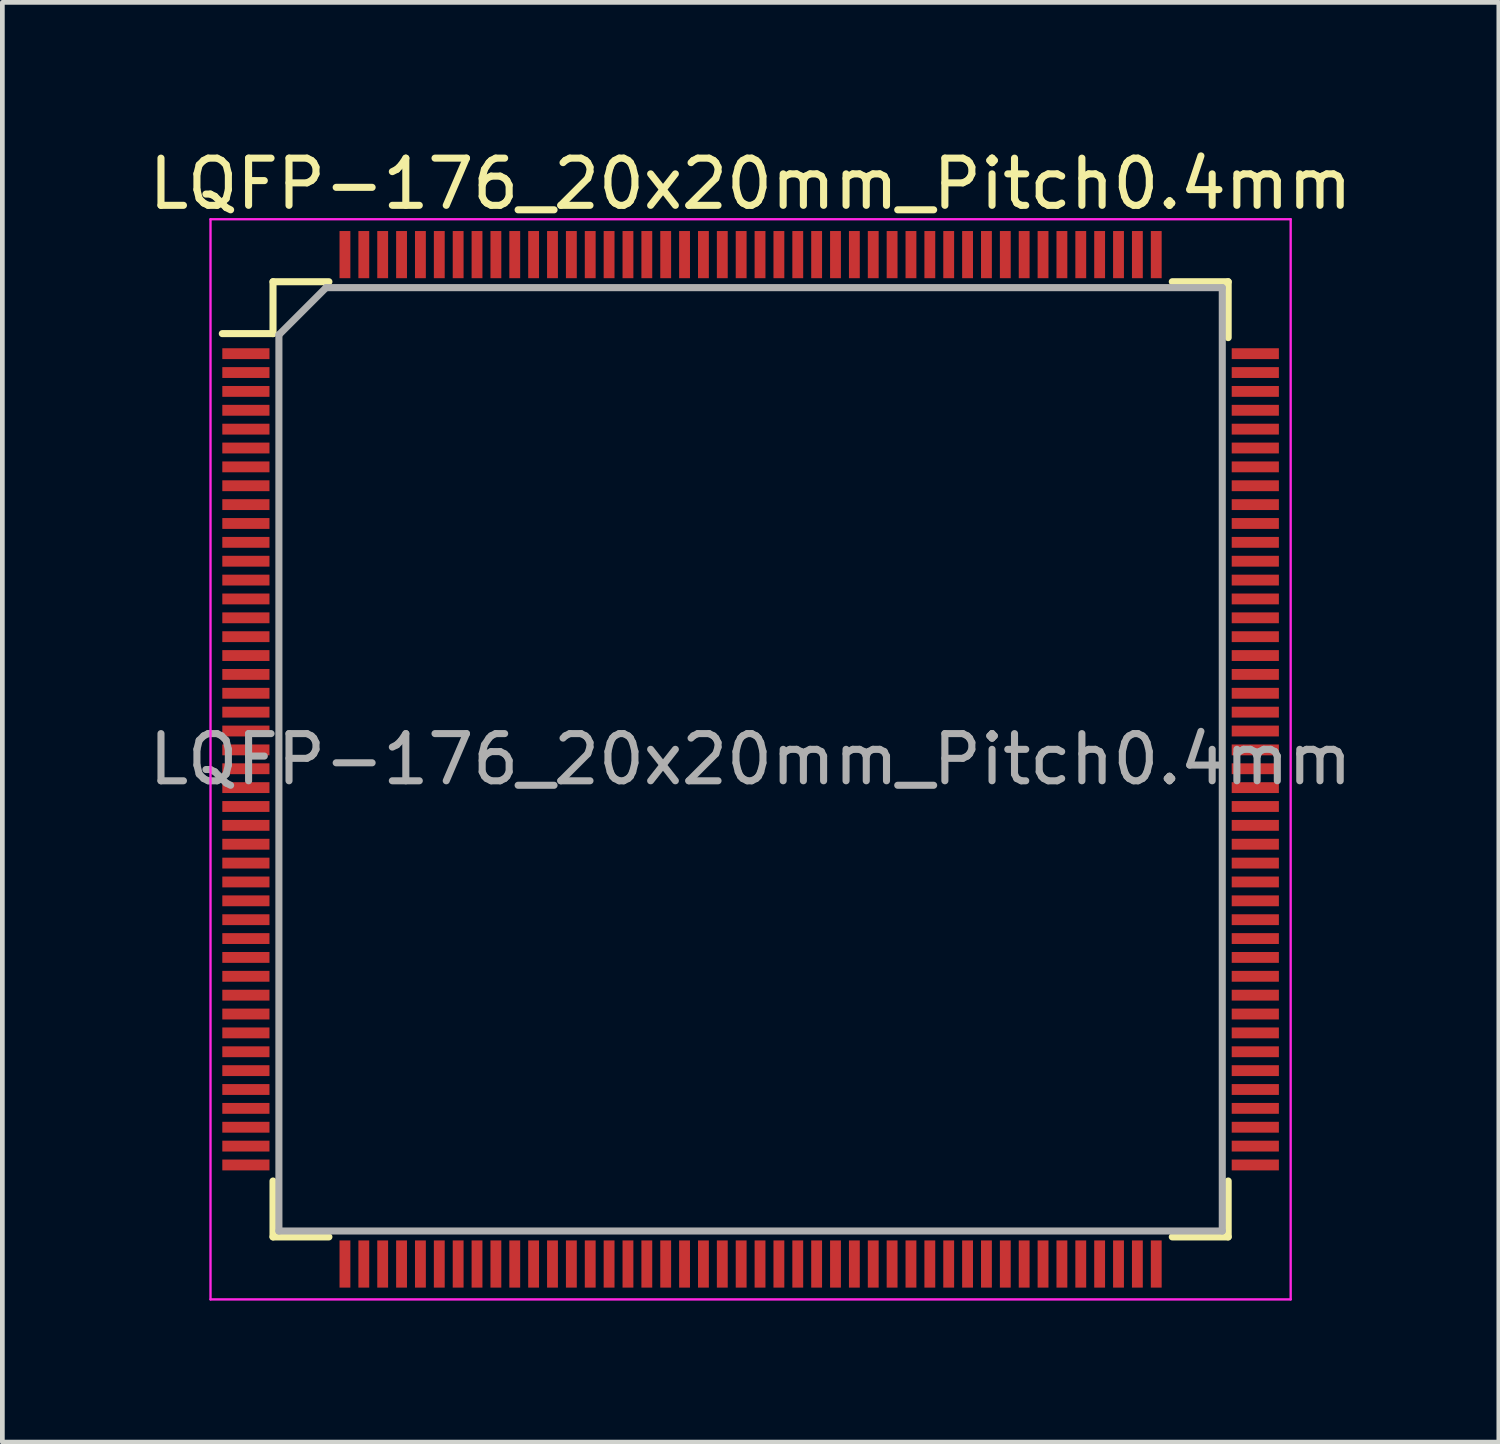
<source format=kicad_pcb>
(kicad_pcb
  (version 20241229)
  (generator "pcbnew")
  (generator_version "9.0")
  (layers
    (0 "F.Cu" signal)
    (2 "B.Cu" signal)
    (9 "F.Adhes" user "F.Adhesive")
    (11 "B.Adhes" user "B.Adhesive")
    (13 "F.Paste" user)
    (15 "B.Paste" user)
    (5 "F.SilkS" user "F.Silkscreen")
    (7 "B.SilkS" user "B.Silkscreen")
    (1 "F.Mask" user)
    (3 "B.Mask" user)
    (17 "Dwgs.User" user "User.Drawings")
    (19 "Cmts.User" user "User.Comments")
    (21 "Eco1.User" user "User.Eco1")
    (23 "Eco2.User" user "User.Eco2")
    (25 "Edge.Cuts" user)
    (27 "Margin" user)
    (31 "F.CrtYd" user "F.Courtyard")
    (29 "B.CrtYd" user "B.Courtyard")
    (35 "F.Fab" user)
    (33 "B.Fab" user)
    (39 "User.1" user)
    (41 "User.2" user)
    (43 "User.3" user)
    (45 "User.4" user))
  (footprint "LQFP-176_20x20mm_Pitch0.4mm"
    (layer "F.Cu")
    (at 12.863 13.048)
    (property "Reference" "LQFP-176_20x20mm_Pitch0.4mm" (at 0 -12.2 0) (layer "F.SilkS") (effects (font (size 1 1) (thickness 0.15))))
    (attr smd)
    (fp_line (start -10.125 -10.125) (end -10.125 -9.025) (stroke (width 0.15) (type solid)) (layer "F.SilkS"))
    (fp_line (start -10.125 -10.125) (end -8.94 -10.125) (stroke (width 0.15) (type solid)) (layer "F.SilkS"))
    (fp_line (start -10.125 -9.025) (end -11.2 -9.025) (stroke (width 0.15) (type solid)) (layer "F.SilkS"))
    (fp_line (start -10.125 10.125) (end -10.125 8.94) (stroke (width 0.15) (type solid)) (layer "F.SilkS"))
    (fp_line (start -10.125 10.125) (end -8.94 10.125) (stroke (width 0.15) (type solid)) (layer "F.SilkS"))
    (fp_line (start 10.125 -10.125) (end 8.94 -10.125) (stroke (width 0.15) (type solid)) (layer "F.SilkS"))
    (fp_line (start 10.125 -10.125) (end 10.125 -8.94) (stroke (width 0.15) (type solid)) (layer "F.SilkS"))
    (fp_line (start 10.125 10.125) (end 8.94 10.125) (stroke (width 0.15) (type solid)) (layer "F.SilkS"))
    (fp_line (start 10.125 10.125) (end 10.125 8.94) (stroke (width 0.15) (type solid)) (layer "F.SilkS"))
    (fp_line (start -11.45 -11.45) (end -11.45 11.45) (stroke (width 0.05) (type solid)) (layer "F.CrtYd"))
    (fp_line (start -11.45 -11.45) (end 11.45 -11.45) (stroke (width 0.05) (type solid)) (layer "F.CrtYd"))
    (fp_line (start -11.45 11.45) (end 11.45 11.45) (stroke (width 0.05) (type solid)) (layer "F.CrtYd"))
    (fp_line (start 11.45 -11.45) (end 11.45 11.45) (stroke (width 0.05) (type solid)) (layer "F.CrtYd"))
    (fp_line (start -10 -9) (end -9 -10) (stroke (width 0.15) (type solid)) (layer "F.Fab"))
    (fp_line (start -10 10) (end -10 -9) (stroke (width 0.15) (type solid)) (layer "F.Fab"))
    (fp_line (start -9 -10) (end 10 -10) (stroke (width 0.15) (type solid)) (layer "F.Fab"))
    (fp_line (start 10 -10) (end 10 10) (stroke (width 0.15) (type solid)) (layer "F.Fab"))
    (fp_line (start 10 10) (end -10 10) (stroke (width 0.15) (type solid)) (layer "F.Fab"))
    (fp_text user "${REFERENCE}" (at 0 0 0) (layer "F.Fab") (effects (font (size 1 1) (thickness 0.15))))
    (pad "1" smd rect (at -10.7 -8.6) (size 1 0.23) (layers "F.Cu" "F.Mask" "F.Paste"))
    (pad "2" smd rect (at -10.7 -8.2) (size 1 0.23) (layers "F.Cu" "F.Mask" "F.Paste"))
    (pad "3" smd rect (at -10.7 -7.8) (size 1 0.23) (layers "F.Cu" "F.Mask" "F.Paste"))
    (pad "4" smd rect (at -10.7 -7.4) (size 1 0.23) (layers "F.Cu" "F.Mask" "F.Paste"))
    (pad "5" smd rect (at -10.7 -7) (size 1 0.23) (layers "F.Cu" "F.Mask" "F.Paste"))
    (pad "6" smd rect (at -10.7 -6.6) (size 1 0.23) (layers "F.Cu" "F.Mask" "F.Paste"))
    (pad "7" smd rect (at -10.7 -6.2) (size 1 0.23) (layers "F.Cu" "F.Mask" "F.Paste"))
    (pad "8" smd rect (at -10.7 -5.8) (size 1 0.23) (layers "F.Cu" "F.Mask" "F.Paste"))
    (pad "9" smd rect (at -10.7 -5.4) (size 1 0.23) (layers "F.Cu" "F.Mask" "F.Paste"))
    (pad "10" smd rect (at -10.7 -5) (size 1 0.23) (layers "F.Cu" "F.Mask" "F.Paste"))
    (pad "11" smd rect (at -10.7 -4.6) (size 1 0.23) (layers "F.Cu" "F.Mask" "F.Paste"))
    (pad "12" smd rect (at -10.7 -4.2) (size 1 0.23) (layers "F.Cu" "F.Mask" "F.Paste"))
    (pad "13" smd rect (at -10.7 -3.8) (size 1 0.23) (layers "F.Cu" "F.Mask" "F.Paste"))
    (pad "14" smd rect (at -10.7 -3.4) (size 1 0.23) (layers "F.Cu" "F.Mask" "F.Paste"))
    (pad "15" smd rect (at -10.7 -3) (size 1 0.23) (layers "F.Cu" "F.Mask" "F.Paste"))
    (pad "16" smd rect (at -10.7 -2.6) (size 1 0.23) (layers "F.Cu" "F.Mask" "F.Paste"))
    (pad "17" smd rect (at -10.7 -2.2) (size 1 0.23) (layers "F.Cu" "F.Mask" "F.Paste"))
    (pad "18" smd rect (at -10.7 -1.8) (size 1 0.23) (layers "F.Cu" "F.Mask" "F.Paste"))
    (pad "19" smd rect (at -10.7 -1.4) (size 1 0.23) (layers "F.Cu" "F.Mask" "F.Paste"))
    (pad "20" smd rect (at -10.7 -1) (size 1 0.23) (layers "F.Cu" "F.Mask" "F.Paste"))
    (pad "21" smd rect (at -10.7 -0.6) (size 1 0.23) (layers "F.Cu" "F.Mask" "F.Paste"))
    (pad "22" smd rect (at -10.7 -0.2) (size 1 0.23) (layers "F.Cu" "F.Mask" "F.Paste"))
    (pad "23" smd rect (at -10.7 0.2) (size 1 0.23) (layers "F.Cu" "F.Mask" "F.Paste"))
    (pad "24" smd rect (at -10.7 0.6) (size 1 0.23) (layers "F.Cu" "F.Mask" "F.Paste"))
    (pad "25" smd rect (at -10.7 1) (size 1 0.23) (layers "F.Cu" "F.Mask" "F.Paste"))
    (pad "26" smd rect (at -10.7 1.4) (size 1 0.23) (layers "F.Cu" "F.Mask" "F.Paste"))
    (pad "27" smd rect (at -10.7 1.8) (size 1 0.23) (layers "F.Cu" "F.Mask" "F.Paste"))
    (pad "28" smd rect (at -10.7 2.2) (size 1 0.23) (layers "F.Cu" "F.Mask" "F.Paste"))
    (pad "29" smd rect (at -10.7 2.6) (size 1 0.23) (layers "F.Cu" "F.Mask" "F.Paste"))
    (pad "30" smd rect (at -10.7 3) (size 1 0.23) (layers "F.Cu" "F.Mask" "F.Paste"))
    (pad "31" smd rect (at -10.7 3.4) (size 1 0.23) (layers "F.Cu" "F.Mask" "F.Paste"))
    (pad "32" smd rect (at -10.7 3.8) (size 1 0.23) (layers "F.Cu" "F.Mask" "F.Paste"))
    (pad "33" smd rect (at -10.7 4.2) (size 1 0.23) (layers "F.Cu" "F.Mask" "F.Paste"))
    (pad "34" smd rect (at -10.7 4.6) (size 1 0.23) (layers "F.Cu" "F.Mask" "F.Paste"))
    (pad "35" smd rect (at -10.7 5) (size 1 0.23) (layers "F.Cu" "F.Mask" "F.Paste"))
    (pad "36" smd rect (at -10.7 5.4) (size 1 0.23) (layers "F.Cu" "F.Mask" "F.Paste"))
    (pad "37" smd rect (at -10.7 5.8) (size 1 0.23) (layers "F.Cu" "F.Mask" "F.Paste"))
    (pad "38" smd rect (at -10.7 6.2) (size 1 0.23) (layers "F.Cu" "F.Mask" "F.Paste"))
    (pad "39" smd rect (at -10.7 6.6) (size 1 0.23) (layers "F.Cu" "F.Mask" "F.Paste"))
    (pad "40" smd rect (at -10.7 7) (size 1 0.23) (layers "F.Cu" "F.Mask" "F.Paste"))
    (pad "41" smd rect (at -10.7 7.4) (size 1 0.23) (layers "F.Cu" "F.Mask" "F.Paste"))
    (pad "42" smd rect (at -10.7 7.8) (size 1 0.23) (layers "F.Cu" "F.Mask" "F.Paste"))
    (pad "43" smd rect (at -10.7 8.2) (size 1 0.23) (layers "F.Cu" "F.Mask" "F.Paste"))
    (pad "44" smd rect (at -10.7 8.6) (size 1 0.23) (layers "F.Cu" "F.Mask" "F.Paste"))
    (pad "45" smd rect (at -8.6 10.7 90) (size 1 0.23) (layers "F.Cu" "F.Mask" "F.Paste"))
    (pad "46" smd rect (at -8.2 10.7 90) (size 1 0.23) (layers "F.Cu" "F.Mask" "F.Paste"))
    (pad "47" smd rect (at -7.8 10.7 90) (size 1 0.23) (layers "F.Cu" "F.Mask" "F.Paste"))
    (pad "48" smd rect (at -7.4 10.7 90) (size 1 0.23) (layers "F.Cu" "F.Mask" "F.Paste"))
    (pad "49" smd rect (at -7 10.7 90) (size 1 0.23) (layers "F.Cu" "F.Mask" "F.Paste"))
    (pad "50" smd rect (at -6.6 10.7 90) (size 1 0.23) (layers "F.Cu" "F.Mask" "F.Paste"))
    (pad "51" smd rect (at -6.2 10.7 90) (size 1 0.23) (layers "F.Cu" "F.Mask" "F.Paste"))
    (pad "52" smd rect (at -5.8 10.7 90) (size 1 0.23) (layers "F.Cu" "F.Mask" "F.Paste"))
    (pad "53" smd rect (at -5.4 10.7 90) (size 1 0.23) (layers "F.Cu" "F.Mask" "F.Paste"))
    (pad "54" smd rect (at -5 10.7 90) (size 1 0.23) (layers "F.Cu" "F.Mask" "F.Paste"))
    (pad "55" smd rect (at -4.6 10.7 90) (size 1 0.23) (layers "F.Cu" "F.Mask" "F.Paste"))
    (pad "56" smd rect (at -4.2 10.7 90) (size 1 0.23) (layers "F.Cu" "F.Mask" "F.Paste"))
    (pad "57" smd rect (at -3.8 10.7 90) (size 1 0.23) (layers "F.Cu" "F.Mask" "F.Paste"))
    (pad "58" smd rect (at -3.4 10.7 90) (size 1 0.23) (layers "F.Cu" "F.Mask" "F.Paste"))
    (pad "59" smd rect (at -3 10.7 90) (size 1 0.23) (layers "F.Cu" "F.Mask" "F.Paste"))
    (pad "60" smd rect (at -2.6 10.7 90) (size 1 0.23) (layers "F.Cu" "F.Mask" "F.Paste"))
    (pad "61" smd rect (at -2.2 10.7 90) (size 1 0.23) (layers "F.Cu" "F.Mask" "F.Paste"))
    (pad "62" smd rect (at -1.8 10.7 90) (size 1 0.23) (layers "F.Cu" "F.Mask" "F.Paste"))
    (pad "63" smd rect (at -1.4 10.7 90) (size 1 0.23) (layers "F.Cu" "F.Mask" "F.Paste"))
    (pad "64" smd rect (at -1 10.7 90) (size 1 0.23) (layers "F.Cu" "F.Mask" "F.Paste"))
    (pad "65" smd rect (at -0.6 10.7 90) (size 1 0.23) (layers "F.Cu" "F.Mask" "F.Paste"))
    (pad "66" smd rect (at -0.2 10.7 90) (size 1 0.23) (layers "F.Cu" "F.Mask" "F.Paste"))
    (pad "67" smd rect (at 0.2 10.7 90) (size 1 0.23) (layers "F.Cu" "F.Mask" "F.Paste"))
    (pad "68" smd rect (at 0.6 10.7 90) (size 1 0.23) (layers "F.Cu" "F.Mask" "F.Paste"))
    (pad "69" smd rect (at 1 10.7 90) (size 1 0.23) (layers "F.Cu" "F.Mask" "F.Paste"))
    (pad "70" smd rect (at 1.4 10.7 90) (size 1 0.23) (layers "F.Cu" "F.Mask" "F.Paste"))
    (pad "71" smd rect (at 1.8 10.7 90) (size 1 0.23) (layers "F.Cu" "F.Mask" "F.Paste"))
    (pad "72" smd rect (at 2.2 10.7 90) (size 1 0.23) (layers "F.Cu" "F.Mask" "F.Paste"))
    (pad "73" smd rect (at 2.6 10.7 90) (size 1 0.23) (layers "F.Cu" "F.Mask" "F.Paste"))
    (pad "74" smd rect (at 3 10.7 90) (size 1 0.23) (layers "F.Cu" "F.Mask" "F.Paste"))
    (pad "75" smd rect (at 3.4 10.7 90) (size 1 0.23) (layers "F.Cu" "F.Mask" "F.Paste"))
    (pad "76" smd rect (at 3.8 10.7 90) (size 1 0.23) (layers "F.Cu" "F.Mask" "F.Paste"))
    (pad "77" smd rect (at 4.2 10.7 90) (size 1 0.23) (layers "F.Cu" "F.Mask" "F.Paste"))
    (pad "78" smd rect (at 4.6 10.7 90) (size 1 0.23) (layers "F.Cu" "F.Mask" "F.Paste"))
    (pad "79" smd rect (at 5 10.7 90) (size 1 0.23) (layers "F.Cu" "F.Mask" "F.Paste"))
    (pad "80" smd rect (at 5.4 10.7 90) (size 1 0.23) (layers "F.Cu" "F.Mask" "F.Paste"))
    (pad "81" smd rect (at 5.8 10.7 90) (size 1 0.23) (layers "F.Cu" "F.Mask" "F.Paste"))
    (pad "82" smd rect (at 6.2 10.7 90) (size 1 0.23) (layers "F.Cu" "F.Mask" "F.Paste"))
    (pad "83" smd rect (at 6.6 10.7 90) (size 1 0.23) (layers "F.Cu" "F.Mask" "F.Paste"))
    (pad "84" smd rect (at 7 10.7 90) (size 1 0.23) (layers "F.Cu" "F.Mask" "F.Paste"))
    (pad "85" smd rect (at 7.4 10.7 90) (size 1 0.23) (layers "F.Cu" "F.Mask" "F.Paste"))
    (pad "86" smd rect (at 7.8 10.7 90) (size 1 0.23) (layers "F.Cu" "F.Mask" "F.Paste"))
    (pad "87" smd rect (at 8.2 10.7 90) (size 1 0.23) (layers "F.Cu" "F.Mask" "F.Paste"))
    (pad "88" smd rect (at 8.6 10.7 90) (size 1 0.23) (layers "F.Cu" "F.Mask" "F.Paste"))
    (pad "89" smd rect (at 10.7 8.6) (size 1 0.23) (layers "F.Cu" "F.Mask" "F.Paste"))
    (pad "90" smd rect (at 10.7 8.2) (size 1 0.23) (layers "F.Cu" "F.Mask" "F.Paste"))
    (pad "91" smd rect (at 10.7 7.8) (size 1 0.23) (layers "F.Cu" "F.Mask" "F.Paste"))
    (pad "92" smd rect (at 10.7 7.4) (size 1 0.23) (layers "F.Cu" "F.Mask" "F.Paste"))
    (pad "93" smd rect (at 10.7 7) (size 1 0.23) (layers "F.Cu" "F.Mask" "F.Paste"))
    (pad "94" smd rect (at 10.7 6.6) (size 1 0.23) (layers "F.Cu" "F.Mask" "F.Paste"))
    (pad "95" smd rect (at 10.7 6.2) (size 1 0.23) (layers "F.Cu" "F.Mask" "F.Paste"))
    (pad "96" smd rect (at 10.7 5.8) (size 1 0.23) (layers "F.Cu" "F.Mask" "F.Paste"))
    (pad "97" smd rect (at 10.7 5.4) (size 1 0.23) (layers "F.Cu" "F.Mask" "F.Paste"))
    (pad "98" smd rect (at 10.7 5) (size 1 0.23) (layers "F.Cu" "F.Mask" "F.Paste"))
    (pad "99" smd rect (at 10.7 4.6) (size 1 0.23) (layers "F.Cu" "F.Mask" "F.Paste"))
    (pad "100" smd rect (at 10.7 4.2) (size 1 0.23) (layers "F.Cu" "F.Mask" "F.Paste"))
    (pad "101" smd rect (at 10.7 3.8) (size 1 0.23) (layers "F.Cu" "F.Mask" "F.Paste"))
    (pad "102" smd rect (at 10.7 3.4) (size 1 0.23) (layers "F.Cu" "F.Mask" "F.Paste"))
    (pad "103" smd rect (at 10.7 3) (size 1 0.23) (layers "F.Cu" "F.Mask" "F.Paste"))
    (pad "104" smd rect (at 10.7 2.6) (size 1 0.23) (layers "F.Cu" "F.Mask" "F.Paste"))
    (pad "105" smd rect (at 10.7 2.2) (size 1 0.23) (layers "F.Cu" "F.Mask" "F.Paste"))
    (pad "106" smd rect (at 10.7 1.8) (size 1 0.23) (layers "F.Cu" "F.Mask" "F.Paste"))
    (pad "107" smd rect (at 10.7 1.4) (size 1 0.23) (layers "F.Cu" "F.Mask" "F.Paste"))
    (pad "108" smd rect (at 10.7 1) (size 1 0.23) (layers "F.Cu" "F.Mask" "F.Paste"))
    (pad "109" smd rect (at 10.7 0.6) (size 1 0.23) (layers "F.Cu" "F.Mask" "F.Paste"))
    (pad "110" smd rect (at 10.7 0.2) (size 1 0.23) (layers "F.Cu" "F.Mask" "F.Paste"))
    (pad "111" smd rect (at 10.7 -0.2) (size 1 0.23) (layers "F.Cu" "F.Mask" "F.Paste"))
    (pad "112" smd rect (at 10.7 -0.6) (size 1 0.23) (layers "F.Cu" "F.Mask" "F.Paste"))
    (pad "113" smd rect (at 10.7 -1) (size 1 0.23) (layers "F.Cu" "F.Mask" "F.Paste"))
    (pad "114" smd rect (at 10.7 -1.4) (size 1 0.23) (layers "F.Cu" "F.Mask" "F.Paste"))
    (pad "115" smd rect (at 10.7 -1.8) (size 1 0.23) (layers "F.Cu" "F.Mask" "F.Paste"))
    (pad "116" smd rect (at 10.7 -2.2) (size 1 0.23) (layers "F.Cu" "F.Mask" "F.Paste"))
    (pad "117" smd rect (at 10.7 -2.6) (size 1 0.23) (layers "F.Cu" "F.Mask" "F.Paste"))
    (pad "118" smd rect (at 10.7 -3) (size 1 0.23) (layers "F.Cu" "F.Mask" "F.Paste"))
    (pad "119" smd rect (at 10.7 -3.4) (size 1 0.23) (layers "F.Cu" "F.Mask" "F.Paste"))
    (pad "120" smd rect (at 10.7 -3.8) (size 1 0.23) (layers "F.Cu" "F.Mask" "F.Paste"))
    (pad "121" smd rect (at 10.7 -4.2) (size 1 0.23) (layers "F.Cu" "F.Mask" "F.Paste"))
    (pad "122" smd rect (at 10.7 -4.6) (size 1 0.23) (layers "F.Cu" "F.Mask" "F.Paste"))
    (pad "123" smd rect (at 10.7 -5) (size 1 0.23) (layers "F.Cu" "F.Mask" "F.Paste"))
    (pad "124" smd rect (at 10.7 -5.4) (size 1 0.23) (layers "F.Cu" "F.Mask" "F.Paste"))
    (pad "125" smd rect (at 10.7 -5.8) (size 1 0.23) (layers "F.Cu" "F.Mask" "F.Paste"))
    (pad "126" smd rect (at 10.7 -6.2) (size 1 0.23) (layers "F.Cu" "F.Mask" "F.Paste"))
    (pad "127" smd rect (at 10.7 -6.6) (size 1 0.23) (layers "F.Cu" "F.Mask" "F.Paste"))
    (pad "128" smd rect (at 10.7 -7) (size 1 0.23) (layers "F.Cu" "F.Mask" "F.Paste"))
    (pad "129" smd rect (at 10.7 -7.4) (size 1 0.23) (layers "F.Cu" "F.Mask" "F.Paste"))
    (pad "130" smd rect (at 10.7 -7.8) (size 1 0.23) (layers "F.Cu" "F.Mask" "F.Paste"))
    (pad "131" smd rect (at 10.7 -8.2) (size 1 0.23) (layers "F.Cu" "F.Mask" "F.Paste"))
    (pad "132" smd rect (at 10.7 -8.6) (size 1 0.23) (layers "F.Cu" "F.Mask" "F.Paste"))
    (pad "133" smd rect (at 8.6 -10.7 90) (size 1 0.23) (layers "F.Cu" "F.Mask" "F.Paste"))
    (pad "134" smd rect (at 8.2 -10.7 90) (size 1 0.23) (layers "F.Cu" "F.Mask" "F.Paste"))
    (pad "135" smd rect (at 7.8 -10.7 90) (size 1 0.23) (layers "F.Cu" "F.Mask" "F.Paste"))
    (pad "136" smd rect (at 7.4 -10.7 90) (size 1 0.23) (layers "F.Cu" "F.Mask" "F.Paste"))
    (pad "137" smd rect (at 7 -10.7 90) (size 1 0.23) (layers "F.Cu" "F.Mask" "F.Paste"))
    (pad "138" smd rect (at 6.6 -10.7 90) (size 1 0.23) (layers "F.Cu" "F.Mask" "F.Paste"))
    (pad "139" smd rect (at 6.2 -10.7 90) (size 1 0.23) (layers "F.Cu" "F.Mask" "F.Paste"))
    (pad "140" smd rect (at 5.8 -10.7 90) (size 1 0.23) (layers "F.Cu" "F.Mask" "F.Paste"))
    (pad "141" smd rect (at 5.4 -10.7 90) (size 1 0.23) (layers "F.Cu" "F.Mask" "F.Paste"))
    (pad "142" smd rect (at 5 -10.7 90) (size 1 0.23) (layers "F.Cu" "F.Mask" "F.Paste"))
    (pad "143" smd rect (at 4.6 -10.7 90) (size 1 0.23) (layers "F.Cu" "F.Mask" "F.Paste"))
    (pad "144" smd rect (at 4.2 -10.7 90) (size 1 0.23) (layers "F.Cu" "F.Mask" "F.Paste"))
    (pad "145" smd rect (at 3.8 -10.7 90) (size 1 0.23) (layers "F.Cu" "F.Mask" "F.Paste"))
    (pad "146" smd rect (at 3.4 -10.7 90) (size 1 0.23) (layers "F.Cu" "F.Mask" "F.Paste"))
    (pad "147" smd rect (at 3 -10.7 90) (size 1 0.23) (layers "F.Cu" "F.Mask" "F.Paste"))
    (pad "148" smd rect (at 2.6 -10.7 90) (size 1 0.23) (layers "F.Cu" "F.Mask" "F.Paste"))
    (pad "149" smd rect (at 2.2 -10.7 90) (size 1 0.23) (layers "F.Cu" "F.Mask" "F.Paste"))
    (pad "150" smd rect (at 1.8 -10.7 90) (size 1 0.23) (layers "F.Cu" "F.Mask" "F.Paste"))
    (pad "151" smd rect (at 1.4 -10.7 90) (size 1 0.23) (layers "F.Cu" "F.Mask" "F.Paste"))
    (pad "152" smd rect (at 1 -10.7 90) (size 1 0.23) (layers "F.Cu" "F.Mask" "F.Paste"))
    (pad "153" smd rect (at 0.6 -10.7 90) (size 1 0.23) (layers "F.Cu" "F.Mask" "F.Paste"))
    (pad "154" smd rect (at 0.2 -10.7 90) (size 1 0.23) (layers "F.Cu" "F.Mask" "F.Paste"))
    (pad "155" smd rect (at -0.2 -10.7 90) (size 1 0.23) (layers "F.Cu" "F.Mask" "F.Paste"))
    (pad "156" smd rect (at -0.6 -10.7 90) (size 1 0.23) (layers "F.Cu" "F.Mask" "F.Paste"))
    (pad "157" smd rect (at -1 -10.7 90) (size 1 0.23) (layers "F.Cu" "F.Mask" "F.Paste"))
    (pad "158" smd rect (at -1.4 -10.7 90) (size 1 0.23) (layers "F.Cu" "F.Mask" "F.Paste"))
    (pad "159" smd rect (at -1.8 -10.7 90) (size 1 0.23) (layers "F.Cu" "F.Mask" "F.Paste"))
    (pad "160" smd rect (at -2.2 -10.7 90) (size 1 0.23) (layers "F.Cu" "F.Mask" "F.Paste"))
    (pad "161" smd rect (at -2.6 -10.7 90) (size 1 0.23) (layers "F.Cu" "F.Mask" "F.Paste"))
    (pad "162" smd rect (at -3 -10.7 90) (size 1 0.23) (layers "F.Cu" "F.Mask" "F.Paste"))
    (pad "163" smd rect (at -3.4 -10.7 90) (size 1 0.23) (layers "F.Cu" "F.Mask" "F.Paste"))
    (pad "164" smd rect (at -3.8 -10.7 90) (size 1 0.23) (layers "F.Cu" "F.Mask" "F.Paste"))
    (pad "165" smd rect (at -4.2 -10.7 90) (size 1 0.23) (layers "F.Cu" "F.Mask" "F.Paste"))
    (pad "166" smd rect (at -4.6 -10.7 90) (size 1 0.23) (layers "F.Cu" "F.Mask" "F.Paste"))
    (pad "167" smd rect (at -5 -10.7 90) (size 1 0.23) (layers "F.Cu" "F.Mask" "F.Paste"))
    (pad "168" smd rect (at -5.4 -10.7 90) (size 1 0.23) (layers "F.Cu" "F.Mask" "F.Paste"))
    (pad "169" smd rect (at -5.8 -10.7 90) (size 1 0.23) (layers "F.Cu" "F.Mask" "F.Paste"))
    (pad "170" smd rect (at -6.2 -10.7 90) (size 1 0.23) (layers "F.Cu" "F.Mask" "F.Paste"))
    (pad "171" smd rect (at -6.6 -10.7 90) (size 1 0.23) (layers "F.Cu" "F.Mask" "F.Paste"))
    (pad "172" smd rect (at -7 -10.7 90) (size 1 0.23) (layers "F.Cu" "F.Mask" "F.Paste"))
    (pad "173" smd rect (at -7.4 -10.7 90) (size 1 0.23) (layers "F.Cu" "F.Mask" "F.Paste"))
    (pad "174" smd rect (at -7.8 -10.7 90) (size 1 0.23) (layers "F.Cu" "F.Mask" "F.Paste"))
    (pad "175" smd rect (at -8.2 -10.7 90) (size 1 0.23) (layers "F.Cu" "F.Mask" "F.Paste"))
    (pad "176" smd rect (at -8.6 -10.7 90) (size 1 0.23) (layers "F.Cu" "F.Mask" "F.Paste")))
  (gr_rect
    (start -3 -3)
    (end 28.726 27.523)
    (stroke (width 0.1) (type default))
    (fill no)
    (layer "Edge.Cuts")))
</source>
